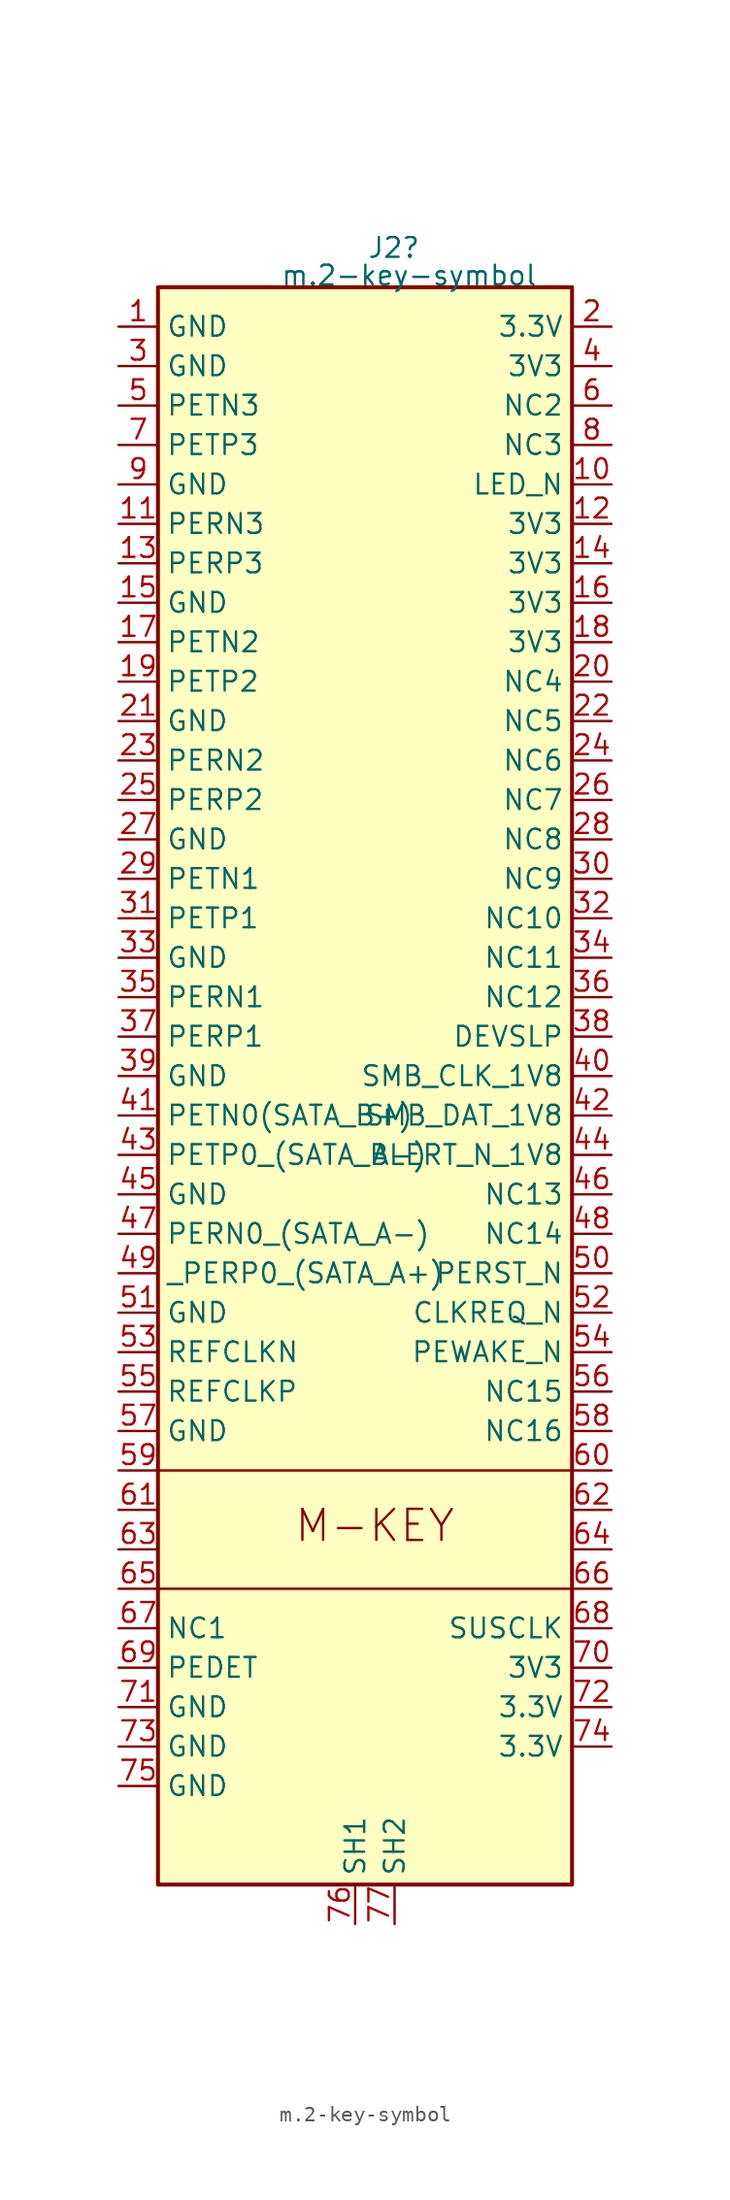
<source format=kicad_sym>
(kicad_symbol_lib
  (version 20231120)
  (generator "kicad_symbol_editor")
  (generator_version "8.0")
  (symbol "m.2-key-symbol"
    (property "Reference" "J2"
      (at -0.508 48.26 0)
      (effects (font (size 1.27 1.27)) (justify left)))
    (property "Value" "m.2-key-symbol"
      (at -6.096 46.482 0)
      (effects (font (size 1.27 1.27)) (justify left)))
    (symbol "m.2-key-symbol_0_1"
      (rectangle (start -13.97 -30.48) (end 12.7 -38.1) (stroke (width 0) (type default)) (fill (type none)))
      (rectangle (start -13.97 45.72) (end 12.7 -57.15) (stroke (width 0.254) (type default)) (fill (type background))))
    (symbol "m.2-key-symbol_1_0"
      (pin passive line (at 15.24 33.02 180) (length 2.54) (name "LED_N" (effects (font (size 1.27 1.27)))) (number "10" (effects (font (size 1.27 1.27)))))
      (pin passive line (at -16.51 30.48 0) (length 2.54) (name "PERN3" (effects (font (size 1.27 1.27)))) (number "11" (effects (font (size 1.27 1.27)))))
      (pin passive line (at 15.24 30.48 180) (length 2.54) (name "3V3" (effects (font (size 1.27 1.27)))) (number "12" (effects (font (size 1.27 1.27)))))
      (pin passive line (at -16.51 27.94 0) (length 2.54) (name "PERP3" (effects (font (size 1.27 1.27)))) (number "13" (effects (font (size 1.27 1.27)))))
      (pin passive line (at 15.24 27.94 180) (length 2.54) (name "3V3" (effects (font (size 1.27 1.27)))) (number "14" (effects (font (size 1.27 1.27)))))
      (pin passive line (at -16.51 25.4 0) (length 2.54) (name "GND" (effects (font (size 1.27 1.27)))) (number "15" (effects (font (size 1.27 1.27)))))
      (pin passive line (at -1.27 -59.69 90) (length 2.54) (name "SH1" (effects (font (size 1.27 1.27)))) (number "76" (effects (font (size 1.27 1.27)))))
      (pin passive line (at 1.27 -59.69 90) (length 2.54) (name "SH2" (effects (font (size 1.27 1.27)))) (number "77" (effects (font (size 1.27 1.27)))))
      (pin passive line (at 15.24 35.56 180) (length 2.54) (name "NC3" (effects (font (size 1.27 1.27)))) (number "8" (effects (font (size 1.27 1.27)))))
      (pin passive line (at -16.51 33.02 0) (length 2.54) (name "GND" (effects (font (size 1.27 1.27)))) (number "9" (effects (font (size 1.27 1.27))))))
    (symbol "m.2-key-symbol_1_1"
      (text "M-KEY" (at 0 -34.036 0) (effects (font (size 2 2))))
      (pin power_in line (at -16.51 43.18 0) (length 2.54) (name "GND" (effects (font (size 1.27 1.27)))) (number "1" (effects (font (size 1.27 1.27)))))
      (pin open_collector line (at 15.24 25.4 180) (length 2.54) (name "3V3" (effects (font (size 1.27 1.27)))) (number "16" (effects (font (size 1.27 1.27)))))
      (pin input line (at -16.51 22.86 0) (length 2.54) (name "PETN2" (effects (font (size 1.27 1.27)))) (number "17" (effects (font (size 1.27 1.27)))))
      (pin passive line (at 15.24 22.86 180) (length 2.54) (name "3V3" (effects (font (size 1.27 1.27)))) (number "18" (effects (font (size 1.27 1.27)))))
      (pin bidirectional line (at -16.51 20.32 0) (length 2.54) (name "PETP2" (effects (font (size 1.27 1.27)))) (number "19" (effects (font (size 1.27 1.27)))))
      (pin power_in line (at 15.24 43.18 180) (length 2.54) (name "3.3V" (effects (font (size 1.27 1.27)))) (number "2" (effects (font (size 1.27 1.27)))))
      (pin bidirectional line (at 15.24 20.32 180) (length 2.54) (name "NC4" (effects (font (size 1.27 1.27)))) (number "20" (effects (font (size 1.27 1.27)))))
      (pin bidirectional line (at -16.51 17.78 0) (length 2.54) (name "GND" (effects (font (size 1.27 1.27)))) (number "21" (effects (font (size 1.27 1.27)))))
      (pin bidirectional line (at 15.24 17.78 180) (length 2.54) (name "NC5" (effects (font (size 1.27 1.27)))) (number "22" (effects (font (size 1.27 1.27)))))
      (pin passive line (at -16.51 15.24 0) (length 2.54) (name "PERN2" (effects (font (size 1.27 1.27)))) (number "23" (effects (font (size 1.27 1.27)))))
      (pin passive line (at 15.24 15.24 180) (length 2.54) (name "NC6" (effects (font (size 1.27 1.27)))) (number "24" (effects (font (size 1.27 1.27)))))
      (pin bidirectional line (at -16.51 12.7 0) (length 2.54) (name "PERP2" (effects (font (size 1.27 1.27)))) (number "25" (effects (font (size 1.27 1.27)))))
      (pin bidirectional line (at 15.24 12.7 180) (length 2.54) (name "NC7" (effects (font (size 1.27 1.27)))) (number "26" (effects (font (size 1.27 1.27)))))
      (pin bidirectional line (at -16.51 10.16 0) (length 2.54) (name "GND" (effects (font (size 1.27 1.27)))) (number "27" (effects (font (size 1.27 1.27)))))
      (pin bidirectional line (at 15.24 10.16 180) (length 2.54) (name "NC8" (effects (font (size 1.27 1.27)))) (number "28" (effects (font (size 1.27 1.27)))))
      (pin passive line (at -16.51 7.62 0) (length 2.54) (name "PETN1" (effects (font (size 1.27 1.27)))) (number "29" (effects (font (size 1.27 1.27)))))
      (pin bidirectional line (at -16.51 40.64 0) (length 2.54) (name "GND" (effects (font (size 1.27 1.27)))) (number "3" (effects (font (size 1.27 1.27)))))
      (pin passive line (at 15.24 7.62 180) (length 2.54) (name "NC9" (effects (font (size 1.27 1.27)))) (number "30" (effects (font (size 1.27 1.27)))))
      (pin bidirectional line (at -16.51 5.08 0) (length 2.54) (name "PETP1" (effects (font (size 1.27 1.27)))) (number "31" (effects (font (size 1.27 1.27)))))
      (pin bidirectional line (at 15.24 5.08 180) (length 2.54) (name "NC10" (effects (font (size 1.27 1.27)))) (number "32" (effects (font (size 1.27 1.27)))))
      (pin passive line (at -16.51 2.54 0) (length 2.54) (name "GND" (effects (font (size 1.27 1.27)))) (number "33" (effects (font (size 1.27 1.27)))))
      (pin bidirectional line (at 15.24 2.54 180) (length 2.54) (name "NC11" (effects (font (size 1.27 1.27)))) (number "34" (effects (font (size 1.27 1.27)))))
      (pin output line (at -16.51 0 0) (length 2.54) (name "PERN1" (effects (font (size 1.27 1.27)))) (number "35" (effects (font (size 1.27 1.27)))))
      (pin passive line (at 15.24 0 180) (length 2.54) (name "NC12" (effects (font (size 1.27 1.27)))) (number "36" (effects (font (size 1.27 1.27)))))
      (pin output line (at -16.51 -2.54 0) (length 2.54) (name "PERP1" (effects (font (size 1.27 1.27)))) (number "37" (effects (font (size 1.27 1.27)))))
      (pin passive line (at 15.24 -2.54 180) (length 2.54) (name "DEVSLP" (effects (font (size 1.27 1.27)))) (number "38" (effects (font (size 1.27 1.27)))))
      (pin passive line (at -16.51 -5.08 0) (length 2.54) (name "GND" (effects (font (size 1.27 1.27)))) (number "39" (effects (font (size 1.27 1.27)))))
      (pin passive line (at 15.24 40.64 180) (length 2.54) (name "3V3" (effects (font (size 1.27 1.27)))) (number "4" (effects (font (size 1.27 1.27)))))
      (pin passive line (at 15.24 -5.08 180) (length 2.54) (name "SMB_CLK_1V8" (effects (font (size 1.27 1.27)))) (number "40" (effects (font (size 1.27 1.27)))))
      (pin input line (at -16.51 -7.62 0) (length 2.54) (name "PETN0(SATA_B+)" (effects (font (size 1.27 1.27)))) (number "41" (effects (font (size 1.27 1.27)))))
      (pin passive line (at 15.24 -7.62 180) (length 2.54) (name "SMB_DAT_1V8" (effects (font (size 1.27 1.27)))) (number "42" (effects (font (size 1.27 1.27)))))
      (pin input line (at -16.51 -10.16 0) (length 2.54) (name "PETP0_(SATA_B-)" (effects (font (size 1.27 1.27)))) (number "43" (effects (font (size 1.27 1.27)))))
      (pin bidirectional line (at 15.24 -10.16 180) (length 2.54) (name "ALERT_N_1V8" (effects (font (size 1.27 1.27)))) (number "44" (effects (font (size 1.27 1.27)))))
      (pin passive line (at -16.51 -12.7 0) (length 2.54) (name "GND" (effects (font (size 1.27 1.27)))) (number "45" (effects (font (size 1.27 1.27)))))
      (pin bidirectional line (at 15.24 -12.7 180) (length 2.54) (name "NC13" (effects (font (size 1.27 1.27)))) (number "46" (effects (font (size 1.27 1.27)))))
      (pin output line (at -16.51 -15.24 0) (length 2.54) (name "PERN0_(SATA_A-)" (effects (font (size 1.27 1.27)))) (number "47" (effects (font (size 1.27 1.27)))))
      (pin bidirectional line (at 15.24 -15.24 180) (length 2.54) (name "NC14" (effects (font (size 1.27 1.27)))) (number "48" (effects (font (size 1.27 1.27)))))
      (pin output line (at -16.51 -17.78 0) (length 2.54) (name "_PERP0_(SATA_A+)" (effects (font (size 1.27 1.27)))) (number "49" (effects (font (size 1.27 1.27)))))
      (pin bidirectional line (at -16.51 38.1 0) (length 2.54) (name "PETN3" (effects (font (size 1.27 1.27)))) (number "5" (effects (font (size 1.27 1.27)))))
      (pin output line (at 15.24 -17.78 180) (length 2.54) (name "PERST_N" (effects (font (size 1.27 1.27)))) (number "50" (effects (font (size 1.27 1.27)))))
      (pin passive line (at -16.51 -20.32 0) (length 2.54) (name "GND" (effects (font (size 1.27 1.27)))) (number "51" (effects (font (size 1.27 1.27)))))
      (pin output line (at 15.24 -20.32 180) (length 2.54) (name "CLKREQ_N" (effects (font (size 1.27 1.27)))) (number "52" (effects (font (size 1.27 1.27)))))
      (pin bidirectional line (at -16.51 -22.86 0) (length 2.54) (name "REFCLKN" (effects (font (size 1.27 1.27)))) (number "53" (effects (font (size 1.27 1.27)))))
      (pin output line (at 15.24 -22.86 180) (length 2.54) (name "PEWAKE_N" (effects (font (size 1.27 1.27)))) (number "54" (effects (font (size 1.27 1.27)))))
      (pin bidirectional line (at -16.51 -25.4 0) (length 2.54) (name "REFCLKP" (effects (font (size 1.27 1.27)))) (number "55" (effects (font (size 1.27 1.27)))))
      (pin output line (at 15.24 -25.4 180) (length 2.54) (name "NC15" (effects (font (size 1.27 1.27)))) (number "56" (effects (font (size 1.27 1.27)))))
      (pin passive line (at -16.51 -27.94 0) (length 2.54) (name "GND" (effects (font (size 1.27 1.27)))) (number "57" (effects (font (size 1.27 1.27)))))
      (pin bidirectional line (at 15.24 -27.94 180) (length 2.54) (name "NC16" (effects (font (size 1.27 1.27)))) (number "58" (effects (font (size 1.27 1.27)))))
      (pin output line (at -16.51 -30.48 0) (length 2.54) (name "" (effects (font (size 1.27 1.27)))) (number "59" (effects (font (size 1.27 1.27)))))
      (pin open_collector line (at 15.24 38.1 180) (length 2.54) (name "NC2" (effects (font (size 1.27 1.27)))) (number "6" (effects (font (size 1.27 1.27)))))
      (pin output line (at 15.24 -30.48 180) (length 2.54) (name "" (effects (font (size 1.27 1.27)))) (number "60" (effects (font (size 1.27 1.27)))))
      (pin output line (at -16.51 -33.02 0) (length 2.54) (name "" (effects (font (size 1.27 1.27)))) (number "61" (effects (font (size 1.27 1.27)))))
      (pin input line (at 15.24 -33.02 180) (length 2.54) (name "" (effects (font (size 1.27 1.27)))) (number "62" (effects (font (size 1.27 1.27)))))
      (pin passive line (at -16.51 -35.56 0) (length 2.54) (name "" (effects (font (size 1.27 1.27)))) (number "63" (effects (font (size 1.27 1.27)))))
      (pin passive line (at 15.24 -35.56 180) (length 2.54) (name "" (effects (font (size 1.27 1.27)))) (number "64" (effects (font (size 1.27 1.27)))))
      (pin input line (at -16.51 -38.1 0) (length 2.54) (name "" (effects (font (size 1.27 1.27)))) (number "65" (effects (font (size 1.27 1.27)))))
      (pin output line (at 15.24 -38.1 180) (length 2.54) (name "" (effects (font (size 1.27 1.27)))) (number "66" (effects (font (size 1.27 1.27)))))
      (pin input line (at -16.51 -40.64 0) (length 2.54) (name "NC1" (effects (font (size 1.27 1.27)))) (number "67" (effects (font (size 1.27 1.27)))))
      (pin bidirectional line (at 15.24 -40.64 180) (length 2.54) (name "SUSCLK" (effects (font (size 1.27 1.27)))) (number "68" (effects (font (size 1.27 1.27)))))
      (pin passive line (at -16.51 -43.18 0) (length 2.54) (name "PEDET" (effects (font (size 1.27 1.27)))) (number "69" (effects (font (size 1.27 1.27)))))
      (pin passive line (at -16.51 35.56 0) (length 2.54) (name "PETP3" (effects (font (size 1.27 1.27)))) (number "7" (effects (font (size 1.27 1.27)))))
      (pin bidirectional line (at 15.24 -43.18 180) (length 2.54) (name "3V3" (effects (font (size 1.27 1.27)))) (number "70" (effects (font (size 1.27 1.27)))))
      (pin output line (at -16.51 -45.72 0) (length 2.54) (name "GND" (effects (font (size 1.27 1.27)))) (number "71" (effects (font (size 1.27 1.27)))))
      (pin passive line (at 15.24 -45.72 180) (length 2.54) (name "3.3V" (effects (font (size 1.27 1.27)))) (number "72" (effects (font (size 1.27 1.27)))))
      (pin output line (at -16.51 -48.26 0) (length 2.54) (name "GND" (effects (font (size 1.27 1.27)))) (number "73" (effects (font (size 1.27 1.27)))))
      (pin passive line (at 15.24 -48.26 180) (length 2.54) (name "3.3V" (effects (font (size 1.27 1.27)))) (number "74" (effects (font (size 1.27 1.27)))))
      (pin passive line (at -16.51 -50.8 0) (length 2.54) (name "GND" (effects (font (size 1.27 1.27)))) (number "75" (effects (font (size 1.27 1.27))))))))
</source>
